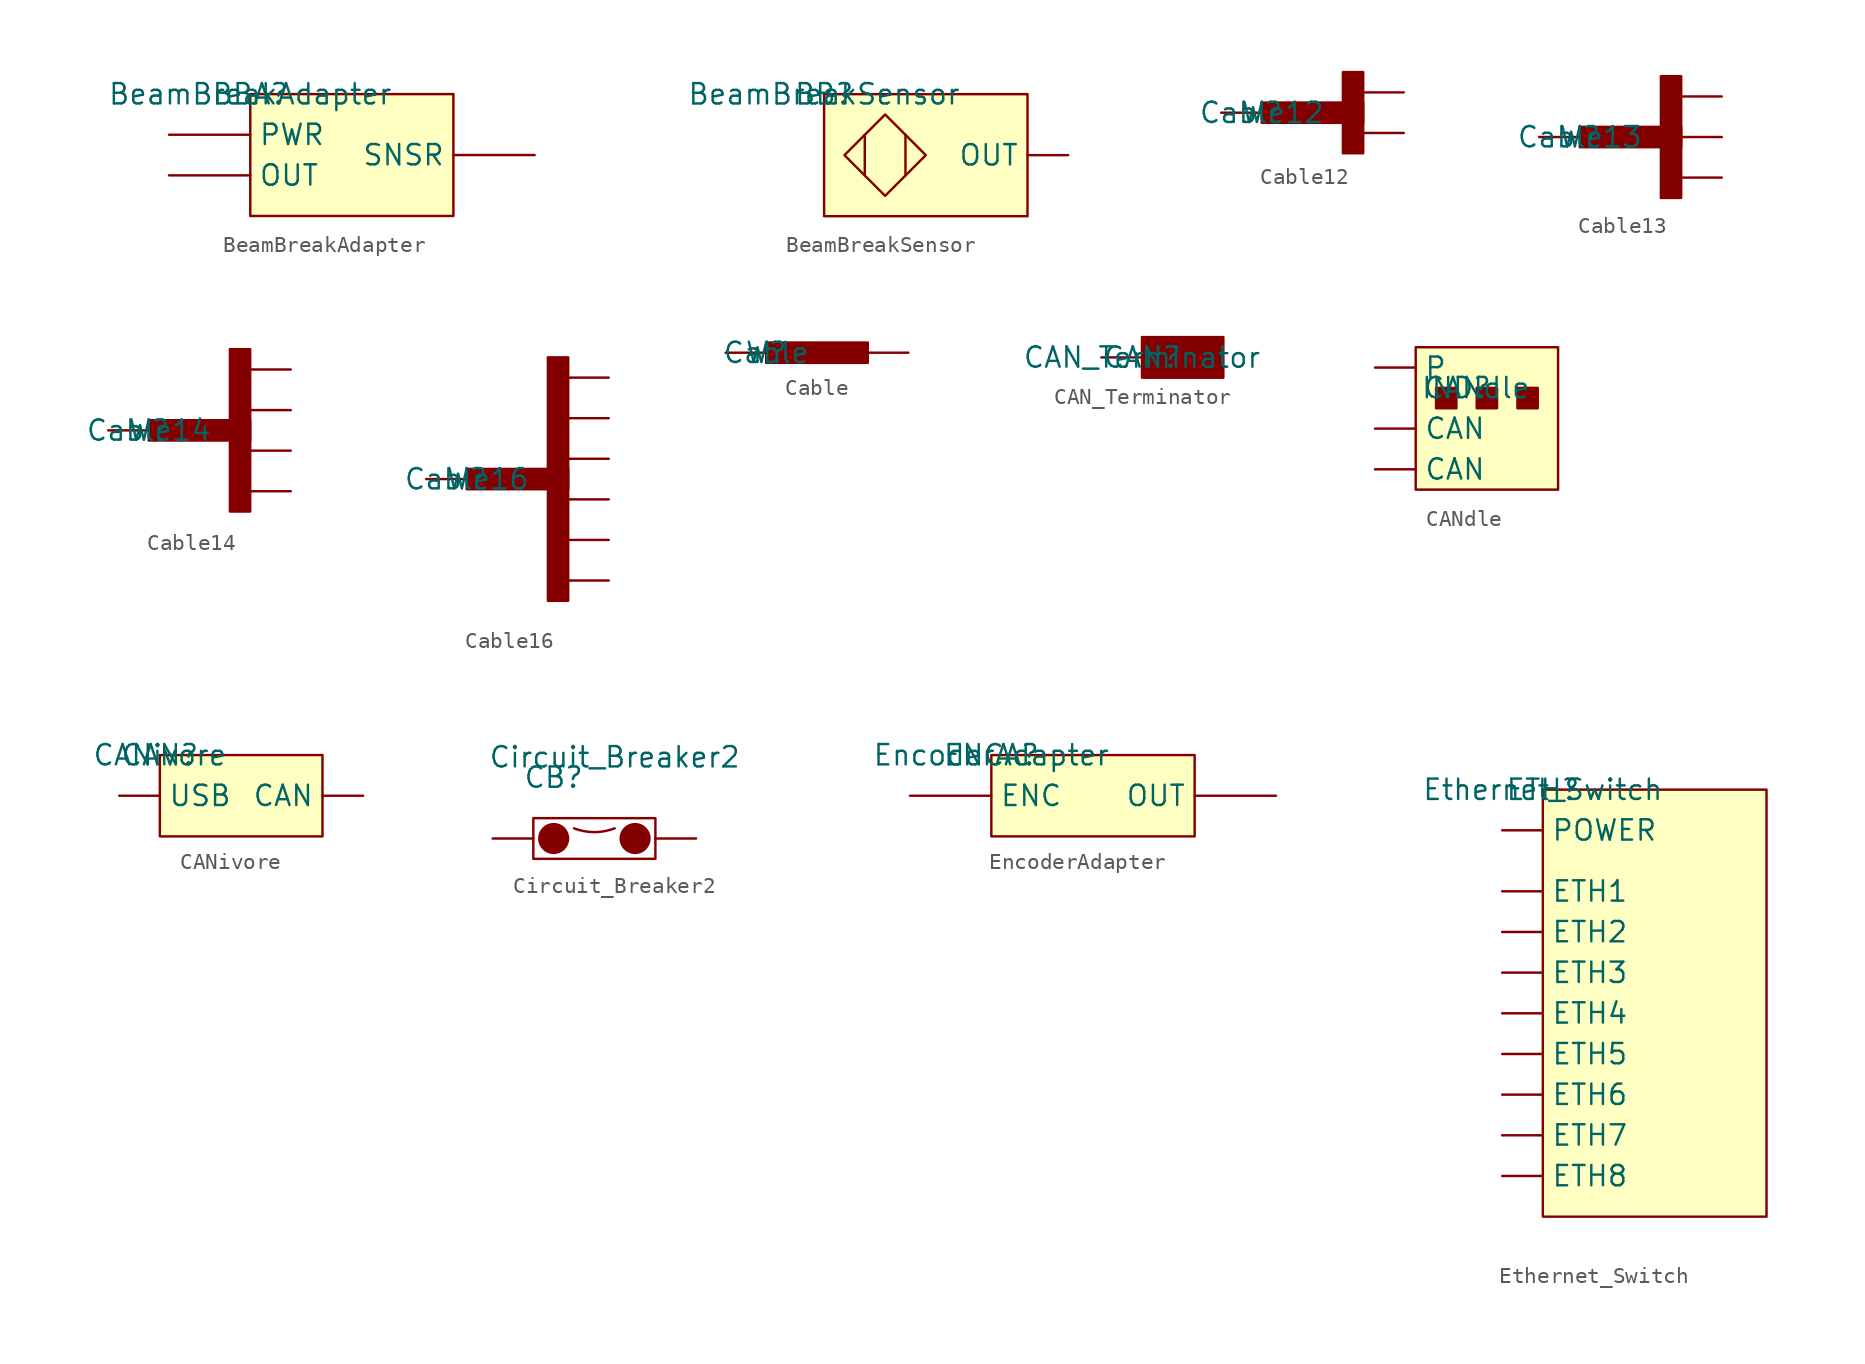
<source format=kicad_sym>
(kicad_symbol_lib
  (version 20211014)
  (generator kicad_symbol_editor)
  (symbol "BeamBreakAdapter"
    (property "Reference" "BBA"
      (at 0 0 0)
      (effects (font (size 1.27 1.27))))
    (property "Value" "BeamBreakAdapter"
      (at 0 0 0)
      (effects (font (size 1.27 1.27))))
    (symbol "BeamBreakAdapter_0_0"
      (pin unspecified line (at -5.08 -5.08 0) (length 5.08) (name "OUT" (effects (font (size 1.27 1.27)))) (number "" (effects (font (size 1.27 1.27)))))
      (pin unspecified line (at -5.08 -2.54 0) (length 5.08) (name "PWR" (effects (font (size 1.27 1.27)))) (number "" (effects (font (size 1.27 1.27)))))
      (pin unspecified line (at 17.78 -3.81 180) (length 5.08) (name "SNSR" (effects (font (size 1.27 1.27)))) (number "" (effects (font (size 1.27 1.27))))))
    (symbol "BeamBreakAdapter_0_1"
      (rectangle (start 0 0) (end 12.7 -7.62) (stroke (width 0) (type default) (color 0 0 0 0)) (fill (type background)))))
  (symbol "BeamBreakSensor"
    (property "Reference" "BB"
      (at 0 0 0)
      (effects (font (size 1.27 1.27))))
    (property "Value" "BeamBreakSensor"
      (at 0 0 0)
      (effects (font (size 1.27 1.27))))
    (symbol "BeamBreakSensor_0_0"
      (pin unspecified line (at 15.24 -3.81 180) (length 2.54) (name "OUT" (effects (font (size 1.27 1.27)))) (number "" (effects (font (size 1.27 1.27))))))
    (symbol "BeamBreakSensor_0_1"
      (polyline (pts (xy 2.54 -2.54) (xy 2.54 -5.08)) (stroke (width 0) (type default) (color 0 0 0 0)) (fill (type none)))
      (polyline (pts (xy 5.08 -2.54) (xy 5.08 -5.08)) (stroke (width 0) (type default) (color 0 0 0 0)) (fill (type none)))
      (polyline (pts (xy 3.81 -1.27) (xy 1.27 -3.81) (xy 3.81 -6.35) (xy 6.35 -3.81) (xy 3.81 -1.27)) (stroke (width 0) (type default) (color 0 0 0 0)) (fill (type none)))
      (rectangle (start 0 0) (end 12.7 -7.62) (stroke (width 0) (type default) (color 0 0 0 0)) (fill (type background)))))
  (symbol "Cable12"
    (pin_numbers hide)
    (pin_names hide)
    (property "Reference" "W"
      (at 0 0 0)
      (effects (font (size 1.27 1.27))))
    (property "Value" "Cable12"
      (at 0 0 0)
      (effects (font (size 1.27 1.27))))
    (symbol "Cable12_0_1"
      (rectangle (start 0 0.635) (end 6.35 -0.635) (stroke (width 0) (type default) (color 0 0 0 0)) (fill (type outline)))
      (rectangle (start 5.08 2.54) (end 6.35 -2.54) (stroke (width 0) (type default) (color 0 0 0 0)) (fill (type outline))))
    (symbol "Cable12_1_1"
      (pin input line (at -2.54 0 0) (length 2.54) (name "1" (effects (font (size 1.27 1.27)))) (number "1" (effects (font (size 1.27 1.27)))))
      (pin input line (at 8.89 -1.27 180) (length 2.54) (name "1" (effects (font (size 1.27 1.27)))) (number "1" (effects (font (size 1.27 1.27)))))
      (pin input line (at 8.89 1.27 180) (length 2.54) (name "1" (effects (font (size 1.27 1.27)))) (number "1" (effects (font (size 1.27 1.27)))))))
  (symbol "Cable13"
    (pin_numbers hide)
    (pin_names hide)
    (property "Reference" "W"
      (at 0 0 0)
      (effects (font (size 1.27 1.27))))
    (property "Value" "Cable13"
      (at 0 0 0)
      (effects (font (size 1.27 1.27))))
    (symbol "Cable13_0_1"
      (rectangle (start 0 0.635) (end 6.35 -0.635) (stroke (width 0) (type default) (color 0 0 0 0)) (fill (type outline)))
      (rectangle (start 5.08 3.81) (end 6.35 -3.81) (stroke (width 0) (type default) (color 0 0 0 0)) (fill (type outline))))
    (symbol "Cable13_1_1"
      (pin input line (at -2.54 0 0) (length 2.54) (name "1" (effects (font (size 1.27 1.27)))) (number "1" (effects (font (size 1.27 1.27)))))
      (pin input line (at 8.89 -2.54 180) (length 2.54) (name "1" (effects (font (size 1.27 1.27)))) (number "1" (effects (font (size 1.27 1.27)))))
      (pin input line (at 8.89 0 180) (length 2.54) (name "1" (effects (font (size 1.27 1.27)))) (number "1" (effects (font (size 1.27 1.27)))))
      (pin input line (at 8.89 2.54 180) (length 2.54) (name "1" (effects (font (size 1.27 1.27)))) (number "1" (effects (font (size 1.27 1.27)))))))
  (symbol "Cable14"
    (pin_numbers hide)
    (pin_names hide)
    (property "Reference" "W"
      (at 0 0 0)
      (effects (font (size 1.27 1.27))))
    (property "Value" "Cable14"
      (at 0 0 0)
      (effects (font (size 1.27 1.27))))
    (symbol "Cable14_0_1"
      (rectangle (start 0 0.635) (end 6.35 -0.635) (stroke (width 0) (type default) (color 0 0 0 0)) (fill (type outline)))
      (rectangle (start 5.08 5.08) (end 6.35 -5.08) (stroke (width 0) (type default) (color 0 0 0 0)) (fill (type outline))))
    (symbol "Cable14_1_1"
      (pin input line (at -2.54 0 0) (length 2.54) (name "1" (effects (font (size 1.27 1.27)))) (number "1" (effects (font (size 1.27 1.27)))))
      (pin input line (at 8.89 -3.81 180) (length 2.54) (name "1" (effects (font (size 1.27 1.27)))) (number "1" (effects (font (size 1.27 1.27)))))
      (pin input line (at 8.89 -1.27 180) (length 2.54) (name "1" (effects (font (size 1.27 1.27)))) (number "1" (effects (font (size 1.27 1.27)))))
      (pin input line (at 8.89 1.27 180) (length 2.54) (name "1" (effects (font (size 1.27 1.27)))) (number "1" (effects (font (size 1.27 1.27)))))
      (pin input line (at 8.89 3.81 180) (length 2.54) (name "1" (effects (font (size 1.27 1.27)))) (number "1" (effects (font (size 1.27 1.27)))))))
  (symbol "Cable16"
    (pin_numbers hide)
    (pin_names hide)
    (property "Reference" "W"
      (at 0 0 0)
      (effects (font (size 1.27 1.27))))
    (property "Value" "Cable16"
      (at 0 0 0)
      (effects (font (size 1.27 1.27))))
    (symbol "Cable16_0_1"
      (rectangle (start 0 0.635) (end 6.35 -0.635) (stroke (width 0) (type default) (color 0 0 0 0)) (fill (type outline)))
      (rectangle (start 5.08 7.62) (end 6.35 -7.62) (stroke (width 0) (type default) (color 0 0 0 0)) (fill (type outline))))
    (symbol "Cable16_1_1"
      (pin input line (at -2.54 0 0) (length 2.54) (name "1" (effects (font (size 1.27 1.27)))) (number "1" (effects (font (size 1.27 1.27)))))
      (pin input line (at 8.89 -6.35 180) (length 2.54) (name "1" (effects (font (size 1.27 1.27)))) (number "1" (effects (font (size 1.27 1.27)))))
      (pin input line (at 8.89 -3.81 180) (length 2.54) (name "1" (effects (font (size 1.27 1.27)))) (number "1" (effects (font (size 1.27 1.27)))))
      (pin input line (at 8.89 -1.27 180) (length 2.54) (name "1" (effects (font (size 1.27 1.27)))) (number "1" (effects (font (size 1.27 1.27)))))
      (pin input line (at 8.89 1.27 180) (length 2.54) (name "1" (effects (font (size 1.27 1.27)))) (number "1" (effects (font (size 1.27 1.27)))))
      (pin input line (at 8.89 3.81 180) (length 2.54) (name "1" (effects (font (size 1.27 1.27)))) (number "1" (effects (font (size 1.27 1.27)))))
      (pin input line (at 8.89 6.35 180) (length 2.54) (name "1" (effects (font (size 1.27 1.27)))) (number "1" (effects (font (size 1.27 1.27)))))))
  (symbol "Cable"
    (pin_numbers hide)
    (pin_names hide)
    (property "Reference" "W"
      (at 0 0 0)
      (effects (font (size 1.27 1.27))))
    (property "Value" "Cable"
      (at 0 0 0)
      (effects (font (size 1.27 1.27))))
    (symbol "Cable_0_1"
      (rectangle (start 0 0.635) (end 6.35 -0.635) (stroke (width 0) (type default) (color 0 0 0 0)) (fill (type outline))))
    (symbol "Cable_1_1"
      (pin input line (at -2.54 0 0) (length 2.54) (name "1" (effects (font (size 1.27 1.27)))) (number "1" (effects (font (size 1.27 1.27)))))
      (pin input line (at 8.89 0 180) (length 2.54) (name "1" (effects (font (size 1.27 1.27)))) (number "1" (effects (font (size 1.27 1.27)))))))
  (symbol "CAN_Terminator"
    (property "Reference" "CAN"
      (at 0 0 0)
      (effects (font (size 1.27 1.27))))
    (property "Value" "CAN_Terminator"
      (at 0 0 0)
      (effects (font (size 1.27 1.27))))
    (symbol "CAN_Terminator_0_1"
      (rectangle (start 0 1.27) (end 5.08 -1.27) (stroke (width 0) (type default) (color 0 0 0 0)) (fill (type outline))))
    (symbol "CAN_Terminator_1_1"
      (pin input line (at -2.54 0 0) (length 2.54) (name "" (effects (font (size 1.27 1.27)))) (number "" (effects (font (size 1.27 1.27)))))))
  (symbol "CANdle"
    (property "Reference" "IND"
      (at 1.27 0 0)
      (effects (font (size 1.27 1.27))))
    (property "Value" "CANdle"
      (at 2.54 0 0)
      (effects (font (size 1.27 1.27))))
    (symbol "CANdle_0_1"
      (rectangle (start -1.27 2.54) (end 7.62 -6.35) (stroke (width 0) (type default) (color 0 0 0 0)) (fill (type background)))
      (rectangle (start 0 0) (end 1.27 -1.27) (stroke (width 0) (type default) (color 0 0 0 0)) (fill (type outline)))
      (rectangle (start 2.54 0) (end 3.81 -1.27) (stroke (width 0) (type default) (color 0 0 0 0)) (fill (type outline)))
      (rectangle (start 5.08 0) (end 6.35 -1.27) (stroke (width 0) (type default) (color 0 0 0 0)) (fill (type outline))))
    (symbol "CANdle_1_1"
      (pin input line (at -3.81 -5.08 0) (length 2.54) (name "CAN" (effects (font (size 1.27 1.27)))) (number "" (effects (font (size 1.27 1.27)))))
      (pin input line (at -3.81 -2.54 0) (length 2.54) (name "CAN" (effects (font (size 1.27 1.27)))) (number "" (effects (font (size 1.27 1.27)))))
      (pin input line (at -3.81 1.27 0) (length 2.54) (name "P" (effects (font (size 1.27 1.27)))) (number "" (effects (font (size 1.27 1.27)))))))
  (symbol "CANivore"
    (property "Reference" "CAN"
      (at 0 0 0)
      (effects (font (size 1.27 1.27))))
    (property "Value" "CANivore"
      (at 0 0 0)
      (effects (font (size 1.27 1.27))))
    (symbol "CANivore_0_1"
      (rectangle (start 0 0) (end 10.16 -5.08) (stroke (width 0) (type default) (color 0 0 0 0)) (fill (type background))))
    (symbol "CANivore_1_1"
      (pin passive line (at 12.7 -2.54 180) (length 2.54) (name "CAN" (effects (font (size 1.27 1.27)))) (number "" (effects (font (size 1.27 1.27)))))
      (pin passive line (at -2.54 -2.54 0) (length 2.54) (name "USB" (effects (font (size 1.27 1.27)))) (number "" (effects (font (size 1.27 1.27)))))))
  (symbol "Circuit_Breaker2"
    (pin_numbers hide)
    (pin_names
      (offset 0) hide)
    (property "Reference" "CB"
      (at -3.81 3.81 0)
      (effects (font (size 1.27 1.27))))
    (property "Value" "Circuit_Breaker2"
      (at 0 5.08 0)
      (effects (font (size 1.27 1.27))))
    (symbol "Circuit_Breaker2_0_0"
      (pin unspecified line (at -7.62 0 0) (length 2.54) (name "CB" (effects (font (size 1.27 1.27)))) (number "CB" (effects (font (size 1.27 1.27)))))
      (pin unspecified line (at 5.08 0 180) (length 2.54) (name "CB" (effects (font (size 1.27 1.27)))) (number "CB" (effects (font (size 1.27 1.27))))))
    (symbol "Circuit_Breaker2_0_1"
      (rectangle (start -5.08 1.27) (end 2.54 -1.27) (stroke (width 0) (type default) (color 0 0 0 0)) (fill (type none)))
      (circle (center -3.81 0) (radius 0.898) (stroke (width 0) (type default) (color 0 0 0 0)) (fill (type outline)))
      (arc (start -2.54 0.6351) (mid -1.27 -6.15) (end 0 0.6351) (stroke (width 0) (type default) (color 0 0 0 0)) (fill (type none)))
      (circle (center 1.27 0) (radius 0.898) (stroke (width 0) (type default) (color 0 0 0 0)) (fill (type outline)))))
  (symbol "EncoderAdapter"
    (property "Reference" "ENCA"
      (at 0 0 0)
      (effects (font (size 1.27 1.27))))
    (property "Value" "EncoderAdapter"
      (at 0 0 0)
      (effects (font (size 1.27 1.27))))
    (symbol "EncoderAdapter_0_0"
      (pin unspecified line (at -5.08 -2.54 0) (length 5.08) (name "ENC" (effects (font (size 1.27 1.27)))) (number "" (effects (font (size 1.27 1.27)))))
      (pin unspecified line (at 17.78 -2.54 180) (length 5.08) (name "OUT" (effects (font (size 1.27 1.27)))) (number "" (effects (font (size 1.27 1.27))))))
    (symbol "EncoderAdapter_0_1"
      (rectangle (start 0 0) (end 12.7 -5.08) (stroke (width 0) (type default) (color 0 0 0 0)) (fill (type background)))))
  (symbol "Ethernet_Switch"
    (property "Reference" "ETH"
      (at 0 0 0)
      (effects (font (size 1.27 1.27))))
    (property "Value" "Ethernet_Switch"
      (at 0 0 0)
      (effects (font (size 1.27 1.27))))
    (symbol "Ethernet_Switch_0_0"
      (pin unspecified line (at -2.54 -6.35 0) (length 2.54) (name "ETH1" (effects (font (size 1.27 1.27)))) (number "" (effects (font (size 1.27 1.27)))))
      (pin unspecified line (at -2.54 -8.89 0) (length 2.54) (name "ETH2" (effects (font (size 1.27 1.27)))) (number "" (effects (font (size 1.27 1.27)))))
      (pin unspecified line (at -2.54 -11.43 0) (length 2.54) (name "ETH3" (effects (font (size 1.27 1.27)))) (number "" (effects (font (size 1.27 1.27)))))
      (pin unspecified line (at -2.54 -13.97 0) (length 2.54) (name "ETH4" (effects (font (size 1.27 1.27)))) (number "" (effects (font (size 1.27 1.27)))))
      (pin unspecified line (at -2.54 -16.51 0) (length 2.54) (name "ETH5" (effects (font (size 1.27 1.27)))) (number "" (effects (font (size 1.27 1.27)))))
      (pin unspecified line (at -2.54 -19.05 0) (length 2.54) (name "ETH6" (effects (font (size 1.27 1.27)))) (number "" (effects (font (size 1.27 1.27)))))
      (pin unspecified line (at -2.54 -21.59 0) (length 2.54) (name "ETH7" (effects (font (size 1.27 1.27)))) (number "" (effects (font (size 1.27 1.27)))))
      (pin unspecified line (at -2.54 -24.13 0) (length 2.54) (name "ETH8" (effects (font (size 1.27 1.27)))) (number "" (effects (font (size 1.27 1.27)))))
      (pin unspecified line (at -2.54 -2.54 0) (length 2.54) (name "POWER" (effects (font (size 1.27 1.27)))) (number "" (effects (font (size 1.27 1.27))))))
    (symbol "Ethernet_Switch_0_1"
      (rectangle (start 0 0) (end 13.97 -26.67) (stroke (width 0) (type default) (color 0 0 0 0)) (fill (type background))))))
</source>
